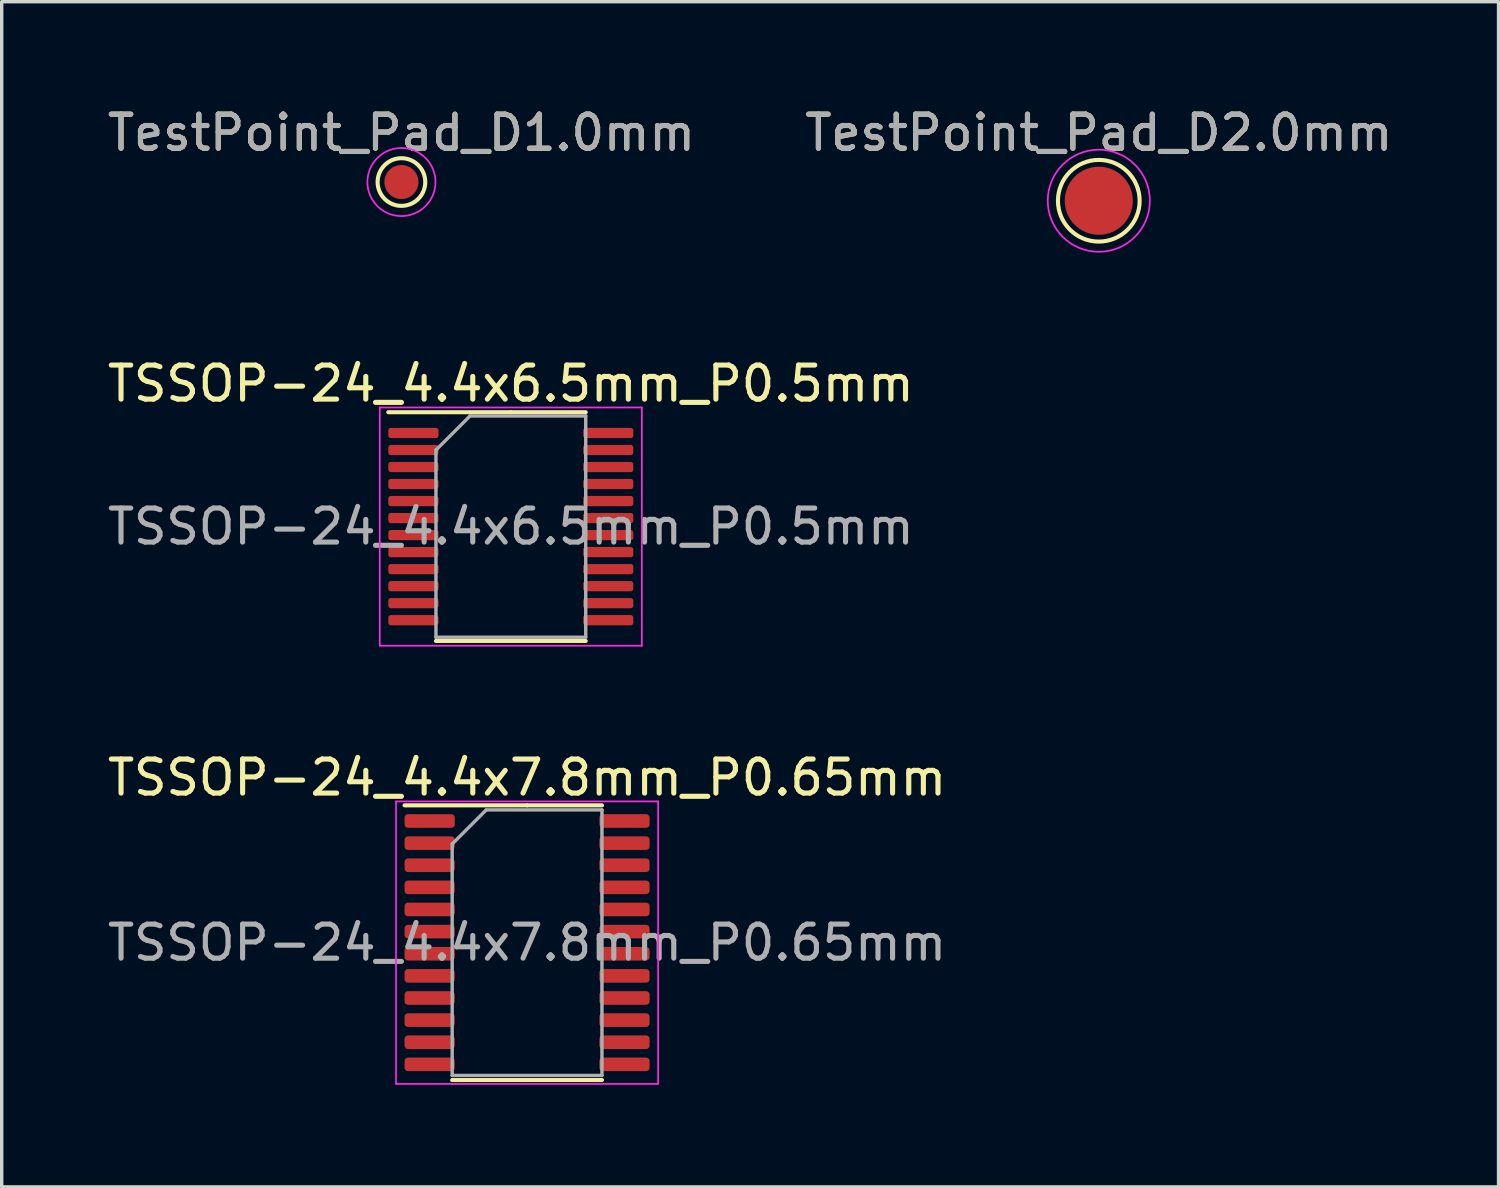
<source format=kicad_pcb>
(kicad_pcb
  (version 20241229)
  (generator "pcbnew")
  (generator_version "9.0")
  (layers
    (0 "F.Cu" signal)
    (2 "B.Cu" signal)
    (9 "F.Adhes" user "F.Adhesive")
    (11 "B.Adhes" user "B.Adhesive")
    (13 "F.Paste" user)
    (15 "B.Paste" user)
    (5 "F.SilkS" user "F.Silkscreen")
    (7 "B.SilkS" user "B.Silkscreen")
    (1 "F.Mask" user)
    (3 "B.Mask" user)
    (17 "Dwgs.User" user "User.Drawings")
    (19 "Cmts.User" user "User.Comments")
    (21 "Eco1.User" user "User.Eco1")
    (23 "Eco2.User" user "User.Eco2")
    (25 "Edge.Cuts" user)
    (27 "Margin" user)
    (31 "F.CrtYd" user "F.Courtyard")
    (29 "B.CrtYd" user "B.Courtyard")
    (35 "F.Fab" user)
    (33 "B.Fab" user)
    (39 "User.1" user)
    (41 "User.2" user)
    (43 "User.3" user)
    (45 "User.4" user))
  (footprint "TestPoint_Pad_D1.0mm"
    (layer "F.Cu")
    (at 8.744 2.298)
    (property "Reference" "TestPoint_Pad_D1.0mm" (at 0 -1.448 0) (layer "F.SilkS") (effects (font (size 1 1) (thickness 0.15))))
    (attr exclude_from_pos_files exclude_from_bom)
    (fp_circle (center 0 0) (end 0 0.7) (stroke (width 0.12) (type solid)) (fill no) (layer "F.SilkS"))
    (fp_circle (center 0 0) (end 1 0) (stroke (width 0.05) (type solid)) (fill no) (layer "F.CrtYd"))
    (fp_text user "${REFERENCE}" (at 0 -1.45 0) (layer "F.Fab") (effects (font (size 1 1) (thickness 0.15))))
    (pad "1" smd circle (at 0 0) (size 1 1) (layers "F.Cu" "F.Mask")))
  (footprint "TSSOP-24_4.4x6.5mm_P0.5mm"
    (layer "F.Cu")
    (at 11.958 12.421)
    (property "Reference" "TSSOP-24_4.4x6.5mm_P0.5mm" (at 0 -4.2 180) (layer "F.SilkS") (effects (font (size 1 1) (thickness 0.15))))
    (attr smd)
    (fp_line (start 0 -3.36) (end -3.6 -3.36) (stroke (width 0.12) (type solid)) (layer "F.SilkS"))
    (fp_line (start 0 -3.36) (end 2.2 -3.36) (stroke (width 0.12) (type solid)) (layer "F.SilkS"))
    (fp_line (start 0 3.36) (end -2.2 3.36) (stroke (width 0.12) (type solid)) (layer "F.SilkS"))
    (fp_line (start 0 3.36) (end 2.2 3.36) (stroke (width 0.12) (type solid)) (layer "F.SilkS"))
    (fp_line (start -3.85 -3.5) (end -3.85 3.5) (stroke (width 0.05) (type solid)) (layer "F.CrtYd"))
    (fp_line (start -3.85 3.5) (end 3.85 3.5) (stroke (width 0.05) (type solid)) (layer "F.CrtYd"))
    (fp_line (start 3.85 -3.5) (end -3.85 -3.5) (stroke (width 0.05) (type solid)) (layer "F.CrtYd"))
    (fp_line (start 3.85 3.5) (end 3.85 -3.5) (stroke (width 0.05) (type solid)) (layer "F.CrtYd"))
    (fp_line (start -2.2 -2.25) (end -1.2 -3.25) (stroke (width 0.1) (type solid)) (layer "F.Fab"))
    (fp_line (start -2.2 3.25) (end -2.2 -2.25) (stroke (width 0.1) (type solid)) (layer "F.Fab"))
    (fp_line (start -1.2 -3.25) (end 2.2 -3.25) (stroke (width 0.1) (type solid)) (layer "F.Fab"))
    (fp_line (start 2.2 -3.25) (end 2.2 3.25) (stroke (width 0.1) (type solid)) (layer "F.Fab"))
    (fp_line (start 2.2 3.25) (end -2.2 3.25) (stroke (width 0.1) (type solid)) (layer "F.Fab"))
    (fp_text user "${REFERENCE}" (at 0 0 180) (layer "F.Fab") (effects (font (size 1 1) (thickness 0.15))))
    (pad "1" smd roundrect (at -2.862 -2.75) (size 1.475 0.3) (layers "F.Cu" "F.Mask" "F.Paste") (roundrect_rratio 0.25))
    (pad "2" smd roundrect (at -2.862 -2.25) (size 1.475 0.3) (layers "F.Cu" "F.Mask" "F.Paste") (roundrect_rratio 0.25))
    (pad "3" smd roundrect (at -2.862 -1.75) (size 1.475 0.3) (layers "F.Cu" "F.Mask" "F.Paste") (roundrect_rratio 0.25))
    (pad "4" smd roundrect (at -2.862 -1.25) (size 1.475 0.3) (layers "F.Cu" "F.Mask" "F.Paste") (roundrect_rratio 0.25))
    (pad "5" smd roundrect (at -2.862 -0.75) (size 1.475 0.3) (layers "F.Cu" "F.Mask" "F.Paste") (roundrect_rratio 0.25))
    (pad "6" smd roundrect (at -2.862 -0.25) (size 1.475 0.3) (layers "F.Cu" "F.Mask" "F.Paste") (roundrect_rratio 0.25))
    (pad "7" smd roundrect (at -2.862 0.25) (size 1.475 0.3) (layers "F.Cu" "F.Mask" "F.Paste") (roundrect_rratio 0.25))
    (pad "8" smd roundrect (at -2.862 0.75) (size 1.475 0.3) (layers "F.Cu" "F.Mask" "F.Paste") (roundrect_rratio 0.25))
    (pad "9" smd roundrect (at -2.862 1.25) (size 1.475 0.3) (layers "F.Cu" "F.Mask" "F.Paste") (roundrect_rratio 0.25))
    (pad "10" smd roundrect (at -2.862 1.75) (size 1.475 0.3) (layers "F.Cu" "F.Mask" "F.Paste") (roundrect_rratio 0.25))
    (pad "11" smd roundrect (at -2.862 2.25) (size 1.475 0.3) (layers "F.Cu" "F.Mask" "F.Paste") (roundrect_rratio 0.25))
    (pad "12" smd roundrect (at -2.862 2.75) (size 1.475 0.3) (layers "F.Cu" "F.Mask" "F.Paste") (roundrect_rratio 0.25))
    (pad "13" smd roundrect (at 2.862 2.75) (size 1.475 0.3) (layers "F.Cu" "F.Mask" "F.Paste") (roundrect_rratio 0.25))
    (pad "14" smd roundrect (at 2.862 2.25) (size 1.475 0.3) (layers "F.Cu" "F.Mask" "F.Paste") (roundrect_rratio 0.25))
    (pad "15" smd roundrect (at 2.862 1.75) (size 1.475 0.3) (layers "F.Cu" "F.Mask" "F.Paste") (roundrect_rratio 0.25))
    (pad "16" smd roundrect (at 2.862 1.25) (size 1.475 0.3) (layers "F.Cu" "F.Mask" "F.Paste") (roundrect_rratio 0.25))
    (pad "17" smd roundrect (at 2.862 0.75) (size 1.475 0.3) (layers "F.Cu" "F.Mask" "F.Paste") (roundrect_rratio 0.25))
    (pad "18" smd roundrect (at 2.862 0.25) (size 1.475 0.3) (layers "F.Cu" "F.Mask" "F.Paste") (roundrect_rratio 0.25))
    (pad "19" smd roundrect (at 2.862 -0.25) (size 1.475 0.3) (layers "F.Cu" "F.Mask" "F.Paste") (roundrect_rratio 0.25))
    (pad "20" smd roundrect (at 2.862 -0.75) (size 1.475 0.3) (layers "F.Cu" "F.Mask" "F.Paste") (roundrect_rratio 0.25))
    (pad "21" smd roundrect (at 2.862 -1.25) (size 1.475 0.3) (layers "F.Cu" "F.Mask" "F.Paste") (roundrect_rratio 0.25))
    (pad "22" smd roundrect (at 2.862 -1.75) (size 1.475 0.3) (layers "F.Cu" "F.Mask" "F.Paste") (roundrect_rratio 0.25))
    (pad "23" smd roundrect (at 2.862 -2.25) (size 1.475 0.3) (layers "F.Cu" "F.Mask" "F.Paste") (roundrect_rratio 0.25))
    (pad "24" smd roundrect (at 2.862 -2.75) (size 1.475 0.3) (layers "F.Cu" "F.Mask" "F.Paste") (roundrect_rratio 0.25)))
  (footprint "TestPoint_Pad_D2.0mm"
    (layer "F.Cu")
    (at 29.232 2.848)
    (property "Reference" "TestPoint_Pad_D2.0mm" (at 0 -1.998 0) (layer "F.SilkS") (effects (font (size 1 1) (thickness 0.15))))
    (attr exclude_from_pos_files exclude_from_bom)
    (fp_circle (center 0 0) (end 0 1.2) (stroke (width 0.12) (type solid)) (fill no) (layer "F.SilkS"))
    (fp_circle (center 0 0) (end 1.5 0) (stroke (width 0.05) (type solid)) (fill no) (layer "F.CrtYd"))
    (fp_text user "${REFERENCE}" (at 0 -2 0) (layer "F.Fab") (effects (font (size 1 1) (thickness 0.15))))
    (pad "1" smd circle (at 0 0) (size 2 2) (layers "F.Cu" "F.Mask")))
  (footprint "TSSOP-24_4.4x7.8mm_P0.65mm"
    (layer "F.Cu")
    (at 12.435 24.645)
    (property "Reference" "TSSOP-24_4.4x7.8mm_P0.65mm" (at 0 -4.85 0) (layer "F.SilkS") (effects (font (size 1 1) (thickness 0.15))))
    (attr smd)
    (fp_line (start 0 -4.035) (end -3.6 -4.035) (stroke (width 0.12) (type solid)) (layer "F.SilkS"))
    (fp_line (start 0 -4.035) (end 2.2 -4.035) (stroke (width 0.12) (type solid)) (layer "F.SilkS"))
    (fp_line (start 0 4.035) (end -2.2 4.035) (stroke (width 0.12) (type solid)) (layer "F.SilkS"))
    (fp_line (start 0 4.035) (end 2.2 4.035) (stroke (width 0.12) (type solid)) (layer "F.SilkS"))
    (fp_line (start -3.85 -4.15) (end -3.85 4.15) (stroke (width 0.05) (type solid)) (layer "F.CrtYd"))
    (fp_line (start -3.85 4.15) (end 3.85 4.15) (stroke (width 0.05) (type solid)) (layer "F.CrtYd"))
    (fp_line (start 3.85 -4.15) (end -3.85 -4.15) (stroke (width 0.05) (type solid)) (layer "F.CrtYd"))
    (fp_line (start 3.85 4.15) (end 3.85 -4.15) (stroke (width 0.05) (type solid)) (layer "F.CrtYd"))
    (fp_line (start -2.2 -2.9) (end -1.2 -3.9) (stroke (width 0.1) (type solid)) (layer "F.Fab"))
    (fp_line (start -2.2 3.9) (end -2.2 -2.9) (stroke (width 0.1) (type solid)) (layer "F.Fab"))
    (fp_line (start -1.2 -3.9) (end 2.2 -3.9) (stroke (width 0.1) (type solid)) (layer "F.Fab"))
    (fp_line (start 2.2 -3.9) (end 2.2 3.9) (stroke (width 0.1) (type solid)) (layer "F.Fab"))
    (fp_line (start 2.2 3.9) (end -2.2 3.9) (stroke (width 0.1) (type solid)) (layer "F.Fab"))
    (fp_text user "${REFERENCE}" (at 0 0 0) (layer "F.Fab") (effects (font (size 1 1) (thickness 0.15))))
    (pad "1" smd roundrect (at -2.862 -3.575) (size 1.475 0.4) (layers "F.Cu" "F.Mask" "F.Paste") (roundrect_rratio 0.25))
    (pad "2" smd roundrect (at -2.862 -2.925) (size 1.475 0.4) (layers "F.Cu" "F.Mask" "F.Paste") (roundrect_rratio 0.25))
    (pad "3" smd roundrect (at -2.862 -2.275) (size 1.475 0.4) (layers "F.Cu" "F.Mask" "F.Paste") (roundrect_rratio 0.25))
    (pad "4" smd roundrect (at -2.862 -1.625) (size 1.475 0.4) (layers "F.Cu" "F.Mask" "F.Paste") (roundrect_rratio 0.25))
    (pad "5" smd roundrect (at -2.862 -0.975) (size 1.475 0.4) (layers "F.Cu" "F.Mask" "F.Paste") (roundrect_rratio 0.25))
    (pad "6" smd roundrect (at -2.862 -0.325) (size 1.475 0.4) (layers "F.Cu" "F.Mask" "F.Paste") (roundrect_rratio 0.25))
    (pad "7" smd roundrect (at -2.862 0.325) (size 1.475 0.4) (layers "F.Cu" "F.Mask" "F.Paste") (roundrect_rratio 0.25))
    (pad "8" smd roundrect (at -2.862 0.975) (size 1.475 0.4) (layers "F.Cu" "F.Mask" "F.Paste") (roundrect_rratio 0.25))
    (pad "9" smd roundrect (at -2.862 1.625) (size 1.475 0.4) (layers "F.Cu" "F.Mask" "F.Paste") (roundrect_rratio 0.25))
    (pad "10" smd roundrect (at -2.862 2.275) (size 1.475 0.4) (layers "F.Cu" "F.Mask" "F.Paste") (roundrect_rratio 0.25))
    (pad "11" smd roundrect (at -2.862 2.925) (size 1.475 0.4) (layers "F.Cu" "F.Mask" "F.Paste") (roundrect_rratio 0.25))
    (pad "12" smd roundrect (at -2.862 3.575) (size 1.475 0.4) (layers "F.Cu" "F.Mask" "F.Paste") (roundrect_rratio 0.25))
    (pad "13" smd roundrect (at 2.862 3.575) (size 1.475 0.4) (layers "F.Cu" "F.Mask" "F.Paste") (roundrect_rratio 0.25))
    (pad "14" smd roundrect (at 2.862 2.925) (size 1.475 0.4) (layers "F.Cu" "F.Mask" "F.Paste") (roundrect_rratio 0.25))
    (pad "15" smd roundrect (at 2.862 2.275) (size 1.475 0.4) (layers "F.Cu" "F.Mask" "F.Paste") (roundrect_rratio 0.25))
    (pad "16" smd roundrect (at 2.862 1.625) (size 1.475 0.4) (layers "F.Cu" "F.Mask" "F.Paste") (roundrect_rratio 0.25))
    (pad "17" smd roundrect (at 2.862 0.975) (size 1.475 0.4) (layers "F.Cu" "F.Mask" "F.Paste") (roundrect_rratio 0.25))
    (pad "18" smd roundrect (at 2.862 0.325) (size 1.475 0.4) (layers "F.Cu" "F.Mask" "F.Paste") (roundrect_rratio 0.25))
    (pad "19" smd roundrect (at 2.862 -0.325) (size 1.475 0.4) (layers "F.Cu" "F.Mask" "F.Paste") (roundrect_rratio 0.25))
    (pad "20" smd roundrect (at 2.862 -0.975) (size 1.475 0.4) (layers "F.Cu" "F.Mask" "F.Paste") (roundrect_rratio 0.25))
    (pad "21" smd roundrect (at 2.862 -1.625) (size 1.475 0.4) (layers "F.Cu" "F.Mask" "F.Paste") (roundrect_rratio 0.25))
    (pad "22" smd roundrect (at 2.862 -2.275) (size 1.475 0.4) (layers "F.Cu" "F.Mask" "F.Paste") (roundrect_rratio 0.25))
    (pad "23" smd roundrect (at 2.862 -2.925) (size 1.475 0.4) (layers "F.Cu" "F.Mask" "F.Paste") (roundrect_rratio 0.25))
    (pad "24" smd roundrect (at 2.862 -3.575) (size 1.475 0.4) (layers "F.Cu" "F.Mask" "F.Paste") (roundrect_rratio 0.25)))
  (gr_rect
    (start -3 -3)
    (end 40.976 31.82)
    (stroke (width 0.1) (type default))
    (fill no)
    (layer "Edge.Cuts")))
</source>
